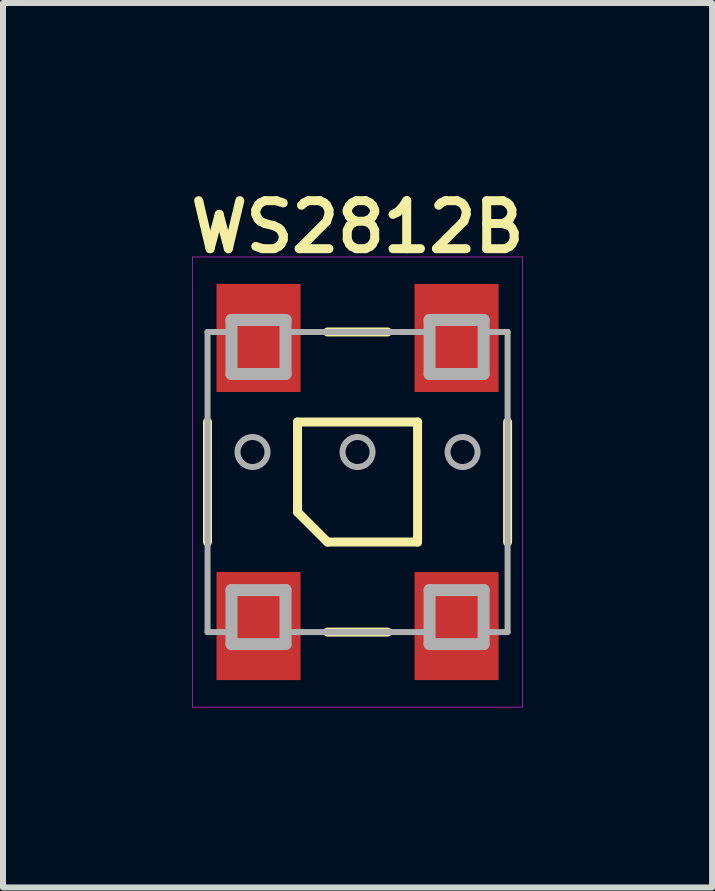
<source format=kicad_pcb>
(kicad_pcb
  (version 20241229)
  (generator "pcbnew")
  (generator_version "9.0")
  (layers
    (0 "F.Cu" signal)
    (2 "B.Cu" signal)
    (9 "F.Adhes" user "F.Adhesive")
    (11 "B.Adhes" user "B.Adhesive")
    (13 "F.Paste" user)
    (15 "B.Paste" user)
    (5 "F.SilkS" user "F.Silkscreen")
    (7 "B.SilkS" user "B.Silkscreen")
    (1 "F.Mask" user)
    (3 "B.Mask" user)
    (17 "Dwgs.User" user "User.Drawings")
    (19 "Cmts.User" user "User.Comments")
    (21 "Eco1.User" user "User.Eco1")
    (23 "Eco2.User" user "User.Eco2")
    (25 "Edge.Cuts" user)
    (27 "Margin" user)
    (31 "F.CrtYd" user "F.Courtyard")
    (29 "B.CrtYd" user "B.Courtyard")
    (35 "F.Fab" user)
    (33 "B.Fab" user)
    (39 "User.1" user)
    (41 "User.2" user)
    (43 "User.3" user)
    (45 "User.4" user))
  (footprint "WS2812B"
    (layer "F.Cu")
    (at 2.907 4.981)
    (property "Reference" "WS2812B" (at 0 -4.25 0) (layer "F.SilkS") (effects (font (size 0.8 0.8) (thickness 0.15))))
    (attr through_hole)
    (fp_line (start -2.5 -1) (end -2.5 1) (stroke (width 0.15) (type solid)) (layer "F.SilkS"))
    (fp_line (start -1 -1) (end 1 -1) (stroke (width 0.15) (type solid)) (layer "F.SilkS"))
    (fp_line (start -1 0.5) (end -1 -1) (stroke (width 0.15) (type solid)) (layer "F.SilkS"))
    (fp_line (start -0.5 -2.5) (end 0.5 -2.5) (stroke (width 0.15) (type solid)) (layer "F.SilkS"))
    (fp_line (start -0.5 1) (end -1 0.5) (stroke (width 0.15) (type solid)) (layer "F.SilkS"))
    (fp_line (start -0.5 2.5) (end 0.5 2.5) (stroke (width 0.15) (type solid)) (layer "F.SilkS"))
    (fp_line (start 1 -1) (end 1 1) (stroke (width 0.15) (type solid)) (layer "F.SilkS"))
    (fp_line (start 1 1) (end -0.5 1) (stroke (width 0.15) (type solid)) (layer "F.SilkS"))
    (fp_line (start 2.5 -1) (end 2.5 1) (stroke (width 0.15) (type solid)) (layer "F.SilkS"))
    (fp_line (start -2.75 -3.75) (end 2.75 -3.75) (stroke (width 0.01) (type solid)) (layer "F.CrtYd"))
    (fp_line (start -2.75 3.75) (end -2.75 -3.75) (stroke (width 0.01) (type solid)) (layer "F.CrtYd"))
    (fp_line (start 2.75 -3.75) (end 2.75 3.75) (stroke (width 0.01) (type solid)) (layer "F.CrtYd"))
    (fp_line (start 2.75 3.75) (end -2.75 3.75) (stroke (width 0.01) (type solid)) (layer "F.CrtYd"))
    (fp_line (start -2.5 -2.5) (end -2.1 -2.5) (stroke (width 0.1) (type solid)) (layer "F.Fab"))
    (fp_line (start -2.5 2.5) (end -2.1 2.5) (stroke (width 0.1) (type solid)) (layer "F.Fab"))
    (fp_line (start -2.499 2.499) (end -2.499 -2.499) (stroke (width 0.1) (type solid)) (layer "F.Fab"))
    (fp_line (start -2.1 -2.7) (end -1.2 -2.7) (stroke (width 0.2) (type solid)) (layer "F.Fab"))
    (fp_line (start -2.1 -1.8) (end -2.1 -2.7) (stroke (width 0.2) (type solid)) (layer "F.Fab"))
    (fp_line (start -2.1 1.8) (end -1.2 1.8) (stroke (width 0.2) (type solid)) (layer "F.Fab"))
    (fp_line (start -2.1 2.7) (end -2.1 1.8) (stroke (width 0.2) (type solid)) (layer "F.Fab"))
    (fp_line (start -1.2 -2.7) (end -1.2 -1.8) (stroke (width 0.2) (type solid)) (layer "F.Fab"))
    (fp_line (start -1.2 -2.5) (end 1.2 -2.5) (stroke (width 0.1) (type solid)) (layer "F.Fab"))
    (fp_line (start -1.2 -1.8) (end -2.1 -1.8) (stroke (width 0.2) (type solid)) (layer "F.Fab"))
    (fp_line (start -1.2 1.8) (end -1.2 2.7) (stroke (width 0.2) (type solid)) (layer "F.Fab"))
    (fp_line (start -1.2 2.5) (end 1.2 2.5) (stroke (width 0.1) (type solid)) (layer "F.Fab"))
    (fp_line (start -1.2 2.7) (end -2.1 2.7) (stroke (width 0.2) (type solid)) (layer "F.Fab"))
    (fp_line (start 1.2 -2.7) (end 1.2 -1.8) (stroke (width 0.2) (type solid)) (layer "F.Fab"))
    (fp_line (start 1.2 -1.8) (end 2.1 -1.8) (stroke (width 0.2) (type solid)) (layer "F.Fab"))
    (fp_line (start 1.2 1.8) (end 2.1 1.8) (stroke (width 0.2) (type solid)) (layer "F.Fab"))
    (fp_line (start 1.2 2.7) (end 1.2 1.8) (stroke (width 0.2) (type solid)) (layer "F.Fab"))
    (fp_line (start 2.1 -2.7) (end 1.2 -2.7) (stroke (width 0.2) (type solid)) (layer "F.Fab"))
    (fp_line (start 2.1 -2.5) (end 2.5 -2.5) (stroke (width 0.1) (type solid)) (layer "F.Fab"))
    (fp_line (start 2.1 -1.8) (end 2.1 -2.7) (stroke (width 0.2) (type solid)) (layer "F.Fab"))
    (fp_line (start 2.1 1.8) (end 2.1 2.7) (stroke (width 0.2) (type solid)) (layer "F.Fab"))
    (fp_line (start 2.1 2.5) (end 2.5 2.5) (stroke (width 0.1) (type solid)) (layer "F.Fab"))
    (fp_line (start 2.1 2.7) (end 1.2 2.7) (stroke (width 0.2) (type solid)) (layer "F.Fab"))
    (fp_line (start 2.5 -2.5) (end 2.5 2.5) (stroke (width 0.1) (type solid)) (layer "F.Fab"))
    (fp_circle (center -1.75 -0.5) (end -1.75 -0.75) (stroke (width 0.1) (type solid)) (fill no) (layer "F.Fab"))
    (fp_circle (center 0 -0.5) (end 0 -0.75) (stroke (width 0.1) (type solid)) (fill no) (layer "F.Fab"))
    (fp_circle (center 1.75 -0.5) (end 1.75 -0.75) (stroke (width 0.1) (type solid)) (fill no) (layer "F.Fab"))
    (pad "1" smd rect (at 1.65 -2.4) (size 1.4 1.8) (layers "F.Cu" "F.Mask" "F.Paste"))
    (pad "2" smd rect (at -1.65 -2.4) (size 1.4 1.8) (layers "F.Cu" "F.Mask" "F.Paste"))
    (pad "3" smd rect (at -1.65 2.4) (size 1.4 1.8) (layers "F.Cu" "F.Mask" "F.Paste"))
    (pad "4" smd rect (at 1.65 2.4) (size 1.4 1.8) (layers "F.Cu" "F.Mask" "F.Paste")))
  (gr_rect
    (start -3 -3)
    (end 8.814 11.736)
    (stroke (width 0.1) (type default))
    (fill no)
    (layer "Edge.Cuts")))
</source>
